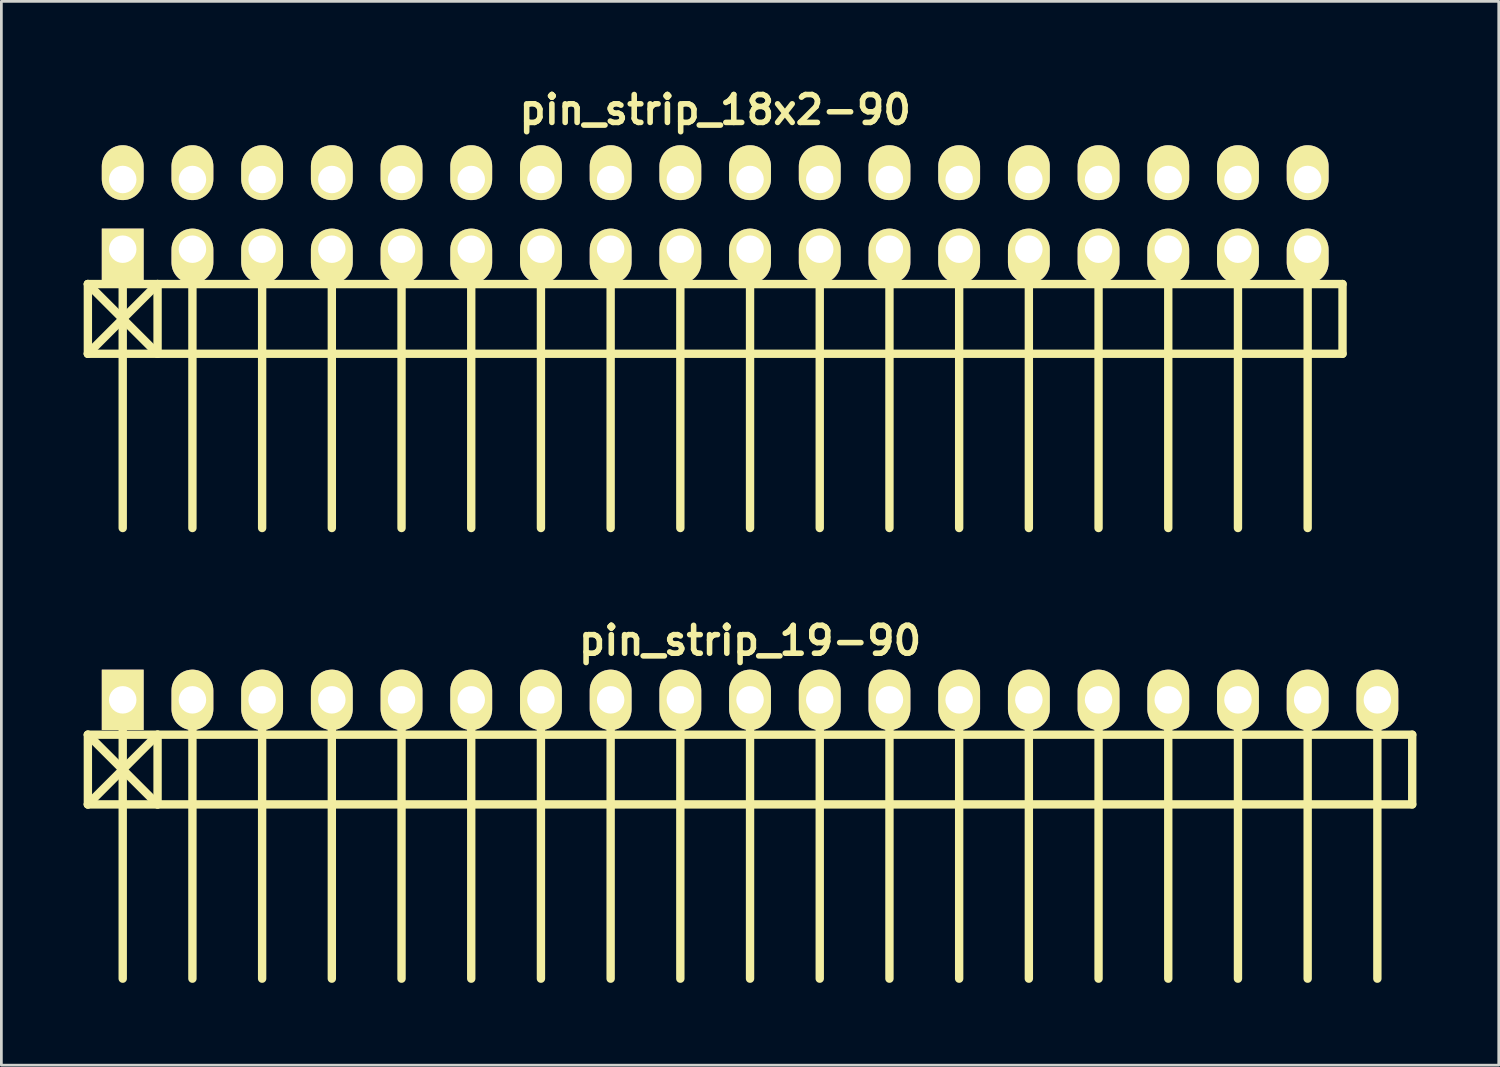
<source format=kicad_pcb>
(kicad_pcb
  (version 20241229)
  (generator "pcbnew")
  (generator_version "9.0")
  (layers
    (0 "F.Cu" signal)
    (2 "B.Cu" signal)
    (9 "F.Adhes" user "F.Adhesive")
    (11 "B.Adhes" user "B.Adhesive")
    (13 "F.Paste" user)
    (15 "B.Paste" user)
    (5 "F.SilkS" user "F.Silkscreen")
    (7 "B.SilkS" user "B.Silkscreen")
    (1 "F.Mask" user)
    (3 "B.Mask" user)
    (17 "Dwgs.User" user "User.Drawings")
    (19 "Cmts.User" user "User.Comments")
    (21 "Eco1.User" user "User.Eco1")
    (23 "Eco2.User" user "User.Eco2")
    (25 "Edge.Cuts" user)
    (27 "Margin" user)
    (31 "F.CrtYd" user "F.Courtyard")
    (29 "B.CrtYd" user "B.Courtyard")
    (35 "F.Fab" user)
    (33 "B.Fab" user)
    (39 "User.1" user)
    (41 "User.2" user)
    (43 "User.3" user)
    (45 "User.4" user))
  (footprint "pin_strip_19-90"
    (layer "F.Cu")
    (at 24.282 22.453)
    (property "Reference" "pin_strip_19-90" (at 0 -2.159 0) (layer "F.SilkS") (effects (font (size 1.016 1.016) (thickness 0.203))))
    (attr through_hole)
    (fp_line (start -24.13 1.27) (end 24.13 1.27) (stroke (width 0.305) (type solid)) (layer "F.SilkS"))
    (fp_line (start -24.13 3.81) (end -24.13 1.27) (stroke (width 0.305) (type solid)) (layer "F.SilkS"))
    (fp_line (start -24.13 3.81) (end -21.59 1.27) (stroke (width 0.305) (type solid)) (layer "F.SilkS"))
    (fp_line (start -22.86 0) (end -22.86 10.16) (stroke (width 0.305) (type solid)) (layer "F.SilkS"))
    (fp_line (start -21.59 1.27) (end -21.59 3.81) (stroke (width 0.305) (type solid)) (layer "F.SilkS"))
    (fp_line (start -21.59 3.81) (end -24.13 1.27) (stroke (width 0.305) (type solid)) (layer "F.SilkS"))
    (fp_line (start -20.32 0) (end -20.32 10.16) (stroke (width 0.305) (type solid)) (layer "F.SilkS"))
    (fp_line (start -17.78 10.16) (end -17.78 0) (stroke (width 0.305) (type solid)) (layer "F.SilkS"))
    (fp_line (start -15.24 0) (end -15.24 10.16) (stroke (width 0.305) (type solid)) (layer "F.SilkS"))
    (fp_line (start -12.7 0) (end -12.7 10.16) (stroke (width 0.305) (type solid)) (layer "F.SilkS"))
    (fp_line (start -10.16 0) (end -10.16 10.16) (stroke (width 0.305) (type solid)) (layer "F.SilkS"))
    (fp_line (start -7.62 0) (end -7.62 10.16) (stroke (width 0.305) (type solid)) (layer "F.SilkS"))
    (fp_line (start -5.08 0) (end -5.08 10.16) (stroke (width 0.305) (type solid)) (layer "F.SilkS"))
    (fp_line (start -2.54 0) (end -2.54 10.16) (stroke (width 0.305) (type solid)) (layer "F.SilkS"))
    (fp_line (start 0 0) (end 0 10.16) (stroke (width 0.305) (type solid)) (layer "F.SilkS"))
    (fp_line (start 2.54 0) (end 2.54 10.16) (stroke (width 0.305) (type solid)) (layer "F.SilkS"))
    (fp_line (start 5.08 0) (end 5.08 10.16) (stroke (width 0.305) (type solid)) (layer "F.SilkS"))
    (fp_line (start 7.62 10.16) (end 7.62 0) (stroke (width 0.305) (type solid)) (layer "F.SilkS"))
    (fp_line (start 10.16 0) (end 10.16 10.16) (stroke (width 0.305) (type solid)) (layer "F.SilkS"))
    (fp_line (start 12.7 0) (end 12.7 10.16) (stroke (width 0.305) (type solid)) (layer "F.SilkS"))
    (fp_line (start 15.24 0) (end 15.24 10.16) (stroke (width 0.305) (type solid)) (layer "F.SilkS"))
    (fp_line (start 17.78 0) (end 17.78 10.16) (stroke (width 0.305) (type solid)) (layer "F.SilkS"))
    (fp_line (start 20.32 0) (end 20.32 10.16) (stroke (width 0.305) (type solid)) (layer "F.SilkS"))
    (fp_line (start 22.86 0) (end 22.86 10.16) (stroke (width 0.305) (type solid)) (layer "F.SilkS"))
    (fp_line (start 24.13 1.27) (end 24.13 3.81) (stroke (width 0.305) (type solid)) (layer "F.SilkS"))
    (fp_line (start 24.13 3.81) (end -24.13 3.81) (stroke (width 0.305) (type solid)) (layer "F.SilkS"))
    (pad "1" thru_hole rect (at -22.86 0) (size 1.524 2.2) (drill 1.001) (layers "*.Cu" "*.Mask" "F.SilkS"))
    (pad "2" thru_hole oval (at -20.32 0) (size 1.524 2.2) (drill 1.001) (layers "*.Cu" "*.Mask" "F.SilkS"))
    (pad "3" thru_hole oval (at -17.78 0) (size 1.524 2.2) (drill 1.001) (layers "*.Cu" "*.Mask" "F.SilkS"))
    (pad "4" thru_hole oval (at -15.24 0) (size 1.524 2.2) (drill 1.001) (layers "*.Cu" "*.Mask" "F.SilkS"))
    (pad "5" thru_hole oval (at -12.7 0) (size 1.524 2.2) (drill 1.001) (layers "*.Cu" "*.Mask" "F.SilkS"))
    (pad "6" thru_hole oval (at -10.16 0) (size 1.524 2.2) (drill 1.001) (layers "*.Cu" "*.Mask" "F.SilkS"))
    (pad "7" thru_hole oval (at -7.62 0) (size 1.524 2.2) (drill 1.001) (layers "*.Cu" "*.Mask" "F.SilkS"))
    (pad "8" thru_hole oval (at -5.08 0) (size 1.524 2.2) (drill 1.001) (layers "*.Cu" "*.Mask" "F.SilkS"))
    (pad "9" thru_hole oval (at -2.54 0) (size 1.524 2.2) (drill 1.001) (layers "*.Cu" "*.Mask" "F.SilkS"))
    (pad "10" thru_hole oval (at 0 0) (size 1.524 2.2) (drill 1.001) (layers "*.Cu" "*.Mask" "F.SilkS"))
    (pad "11" thru_hole oval (at 2.54 0) (size 1.524 2.2) (drill 1.001) (layers "*.Cu" "*.Mask" "F.SilkS"))
    (pad "12" thru_hole oval (at 5.08 0) (size 1.524 2.2) (drill 1.001) (layers "*.Cu" "*.Mask" "F.SilkS"))
    (pad "13" thru_hole oval (at 7.62 0) (size 1.524 2.2) (drill 1.001) (layers "*.Cu" "*.Mask" "F.SilkS"))
    (pad "14" thru_hole oval (at 10.16 0) (size 1.524 2.2) (drill 1.001) (layers "*.Cu" "*.Mask" "F.SilkS"))
    (pad "15" thru_hole oval (at 12.7 0) (size 1.524 2.2) (drill 1.001) (layers "*.Cu" "*.Mask" "F.SilkS"))
    (pad "16" thru_hole oval (at 15.24 0) (size 1.524 2.2) (drill 1.001) (layers "*.Cu" "*.Mask" "F.SilkS"))
    (pad "17" thru_hole oval (at 17.78 0) (size 1.524 2.2) (drill 1.001) (layers "*.Cu" "*.Mask" "F.SilkS"))
    (pad "18" thru_hole oval (at 20.32 0) (size 1.524 2.2) (drill 1.001) (layers "*.Cu" "*.Mask" "F.SilkS"))
    (pad "19" thru_hole oval (at 22.86 0) (size 1.524 2.2) (drill 1.001) (layers "*.Cu" "*.Mask" "F.SilkS")))
  (footprint "pin_strip_18x2-90"
    (layer "F.Cu")
    (at 23.012 4.761)
    (property "Reference" "pin_strip_18x2-90" (at 0 -3.81 0) (layer "F.SilkS") (effects (font (size 1.016 1.016) (thickness 0.203))))
    (attr through_hole)
    (fp_line (start -22.86 2.54) (end -20.32 5.08) (stroke (width 0.305) (type solid)) (layer "F.SilkS"))
    (fp_line (start -22.86 2.54) (end 22.86 2.54) (stroke (width 0.305) (type solid)) (layer "F.SilkS"))
    (fp_line (start -22.86 5.08) (end -22.86 2.54) (stroke (width 0.305) (type solid)) (layer "F.SilkS"))
    (fp_line (start -21.59 1.27) (end -21.59 11.43) (stroke (width 0.305) (type solid)) (layer "F.SilkS"))
    (fp_line (start -20.32 2.54) (end -22.86 5.08) (stroke (width 0.305) (type solid)) (layer "F.SilkS"))
    (fp_line (start -20.32 5.08) (end -20.32 2.54) (stroke (width 0.305) (type solid)) (layer "F.SilkS"))
    (fp_line (start -19.05 1.27) (end -19.05 11.43) (stroke (width 0.305) (type solid)) (layer "F.SilkS"))
    (fp_line (start -16.51 11.43) (end -16.51 1.27) (stroke (width 0.305) (type solid)) (layer "F.SilkS"))
    (fp_line (start -13.97 1.27) (end -13.97 11.43) (stroke (width 0.305) (type solid)) (layer "F.SilkS"))
    (fp_line (start -11.43 1.27) (end -11.43 11.43) (stroke (width 0.305) (type solid)) (layer "F.SilkS"))
    (fp_line (start -8.89 1.27) (end -8.89 11.43) (stroke (width 0.305) (type solid)) (layer "F.SilkS"))
    (fp_line (start -6.35 1.27) (end -6.35 11.43) (stroke (width 0.305) (type solid)) (layer "F.SilkS"))
    (fp_line (start -3.81 1.27) (end -3.81 11.43) (stroke (width 0.305) (type solid)) (layer "F.SilkS"))
    (fp_line (start -1.27 1.27) (end -1.27 11.43) (stroke (width 0.305) (type solid)) (layer "F.SilkS"))
    (fp_line (start 1.27 1.27) (end 1.27 11.43) (stroke (width 0.305) (type solid)) (layer "F.SilkS"))
    (fp_line (start 3.81 1.27) (end 3.81 11.43) (stroke (width 0.305) (type solid)) (layer "F.SilkS"))
    (fp_line (start 6.35 1.27) (end 6.35 11.43) (stroke (width 0.305) (type solid)) (layer "F.SilkS"))
    (fp_line (start 8.89 11.43) (end 8.89 1.27) (stroke (width 0.305) (type solid)) (layer "F.SilkS"))
    (fp_line (start 11.43 1.27) (end 11.43 11.43) (stroke (width 0.305) (type solid)) (layer "F.SilkS"))
    (fp_line (start 13.97 1.27) (end 13.97 11.43) (stroke (width 0.305) (type solid)) (layer "F.SilkS"))
    (fp_line (start 16.51 1.27) (end 16.51 11.43) (stroke (width 0.305) (type solid)) (layer "F.SilkS"))
    (fp_line (start 19.05 1.27) (end 19.05 11.43) (stroke (width 0.305) (type solid)) (layer "F.SilkS"))
    (fp_line (start 21.59 1.27) (end 21.59 11.43) (stroke (width 0.305) (type solid)) (layer "F.SilkS"))
    (fp_line (start 22.86 2.54) (end 22.86 5.08) (stroke (width 0.305) (type solid)) (layer "F.SilkS"))
    (fp_line (start 22.86 5.08) (end -22.86 5.08) (stroke (width 0.305) (type solid)) (layer "F.SilkS"))
    (pad "1" thru_hole rect (at -21.59 1.27) (size 1.524 1.999) (drill 1.001 (offset 0 0.249)) (layers "*.Cu" "*.Mask" "F.SilkS"))
    (pad "2" thru_hole oval (at -21.59 -1.27) (size 1.524 1.999) (drill 1.001 (offset 0 -0.249)) (layers "*.Cu" "*.Mask" "F.SilkS"))
    (pad "3" thru_hole oval (at -19.05 1.27) (size 1.524 1.999) (drill 1.001 (offset 0 0.249)) (layers "*.Cu" "*.Mask" "F.SilkS"))
    (pad "4" thru_hole oval (at -19.05 -1.27) (size 1.524 1.999) (drill 1.001 (offset 0 -0.249)) (layers "*.Cu" "*.Mask" "F.SilkS"))
    (pad "5" thru_hole oval (at -16.51 1.27) (size 1.524 1.999) (drill 1.001 (offset 0 0.249)) (layers "*.Cu" "*.Mask" "F.SilkS"))
    (pad "6" thru_hole oval (at -16.51 -1.27) (size 1.524 1.999) (drill 1.001 (offset 0 -0.249)) (layers "*.Cu" "*.Mask" "F.SilkS"))
    (pad "7" thru_hole oval (at -13.97 1.27) (size 1.524 1.999) (drill 1.001 (offset 0 0.249)) (layers "*.Cu" "*.Mask" "F.SilkS"))
    (pad "8" thru_hole oval (at -13.97 -1.27) (size 1.524 1.999) (drill 1.001 (offset 0 -0.249)) (layers "*.Cu" "*.Mask" "F.SilkS"))
    (pad "9" thru_hole oval (at -11.43 1.27) (size 1.524 1.999) (drill 1.001 (offset 0 0.249)) (layers "*.Cu" "*.Mask" "F.SilkS"))
    (pad "10" thru_hole oval (at -11.43 -1.27) (size 1.524 1.999) (drill 1.001 (offset 0 -0.249)) (layers "*.Cu" "*.Mask" "F.SilkS"))
    (pad "11" thru_hole oval (at -8.89 1.27) (size 1.524 1.999) (drill 1.001 (offset 0 0.249)) (layers "*.Cu" "*.Mask" "F.SilkS"))
    (pad "12" thru_hole oval (at -8.89 -1.27) (size 1.524 1.999) (drill 1.001 (offset 0 -0.249)) (layers "*.Cu" "*.Mask" "F.SilkS"))
    (pad "13" thru_hole oval (at -6.35 1.27) (size 1.524 1.999) (drill 1.001 (offset 0 0.249)) (layers "*.Cu" "*.Mask" "F.SilkS"))
    (pad "14" thru_hole oval (at -6.35 -1.27) (size 1.524 1.999) (drill 1.001 (offset 0 -0.249)) (layers "*.Cu" "*.Mask" "F.SilkS"))
    (pad "15" thru_hole oval (at -3.81 1.27) (size 1.524 1.999) (drill 1.001 (offset 0 0.249)) (layers "*.Cu" "*.Mask" "F.SilkS"))
    (pad "16" thru_hole oval (at -3.81 -1.27) (size 1.524 1.999) (drill 1.001 (offset 0 -0.249)) (layers "*.Cu" "*.Mask" "F.SilkS"))
    (pad "17" thru_hole oval (at -1.27 1.27) (size 1.524 1.999) (drill 1.001 (offset 0 0.249)) (layers "*.Cu" "*.Mask" "F.SilkS"))
    (pad "18" thru_hole oval (at -1.27 -1.27) (size 1.524 1.999) (drill 1.001 (offset 0 -0.249)) (layers "*.Cu" "*.Mask" "F.SilkS"))
    (pad "19" thru_hole oval (at 1.27 1.27) (size 1.524 1.999) (drill 1.001 (offset 0 0.249)) (layers "*.Cu" "*.Mask" "F.SilkS"))
    (pad "20" thru_hole oval (at 1.27 -1.27) (size 1.524 1.999) (drill 1.001 (offset 0 -0.249)) (layers "*.Cu" "*.Mask" "F.SilkS"))
    (pad "21" thru_hole oval (at 3.81 1.27) (size 1.524 1.999) (drill 1.001 (offset 0 0.249)) (layers "*.Cu" "*.Mask" "F.SilkS"))
    (pad "22" thru_hole oval (at 3.81 -1.27) (size 1.524 1.999) (drill 1.001 (offset 0 -0.249)) (layers "*.Cu" "*.Mask" "F.SilkS"))
    (pad "23" thru_hole oval (at 6.35 1.27) (size 1.524 1.999) (drill 1.001 (offset 0 0.249)) (layers "*.Cu" "*.Mask" "F.SilkS"))
    (pad "24" thru_hole oval (at 6.35 -1.27) (size 1.524 1.999) (drill 1.001 (offset 0 -0.249)) (layers "*.Cu" "*.Mask" "F.SilkS"))
    (pad "25" thru_hole oval (at 8.89 1.27) (size 1.524 1.999) (drill 1.001 (offset 0 0.249)) (layers "*.Cu" "*.Mask" "F.SilkS"))
    (pad "26" thru_hole oval (at 8.89 -1.27) (size 1.524 1.999) (drill 1.001 (offset 0 -0.249)) (layers "*.Cu" "*.Mask" "F.SilkS"))
    (pad "27" thru_hole oval (at 11.43 1.27) (size 1.524 1.999) (drill 1.001 (offset 0 0.249)) (layers "*.Cu" "*.Mask" "F.SilkS"))
    (pad "28" thru_hole oval (at 11.43 -1.27) (size 1.524 1.999) (drill 1.001 (offset 0 -0.249)) (layers "*.Cu" "*.Mask" "F.SilkS"))
    (pad "29" thru_hole oval (at 13.97 1.27) (size 1.524 1.999) (drill 1.001 (offset 0 0.249)) (layers "*.Cu" "*.Mask" "F.SilkS"))
    (pad "30" thru_hole oval (at 13.97 -1.27) (size 1.524 1.999) (drill 1.001 (offset 0 -0.249)) (layers "*.Cu" "*.Mask" "F.SilkS"))
    (pad "31" thru_hole oval (at 16.51 1.27) (size 1.524 1.999) (drill 1.001 (offset 0 0.249)) (layers "*.Cu" "*.Mask" "F.SilkS"))
    (pad "32" thru_hole oval (at 16.51 -1.27) (size 1.524 1.999) (drill 1.001 (offset 0 -0.249)) (layers "*.Cu" "*.Mask" "F.SilkS"))
    (pad "33" thru_hole oval (at 19.05 1.27) (size 1.524 1.999) (drill 1.001 (offset 0 0.249)) (layers "*.Cu" "*.Mask" "F.SilkS"))
    (pad "34" thru_hole oval (at 19.05 -1.27) (size 1.524 1.999) (drill 1.001 (offset 0 -0.249)) (layers "*.Cu" "*.Mask" "F.SilkS"))
    (pad "35" thru_hole oval (at 21.59 1.27) (size 1.524 1.999) (drill 1.001 (offset 0 0.249)) (layers "*.Cu" "*.Mask" "F.SilkS"))
    (pad "36" thru_hole oval (at 21.59 -1.27) (size 1.524 1.999) (drill 1.001 (offset 0 -0.249)) (layers "*.Cu" "*.Mask" "F.SilkS")))
  (gr_rect
    (start -3 -3)
    (end 51.565 35.766)
    (stroke (width 0.1) (type default))
    (fill no)
    (layer "Edge.Cuts")))
</source>
